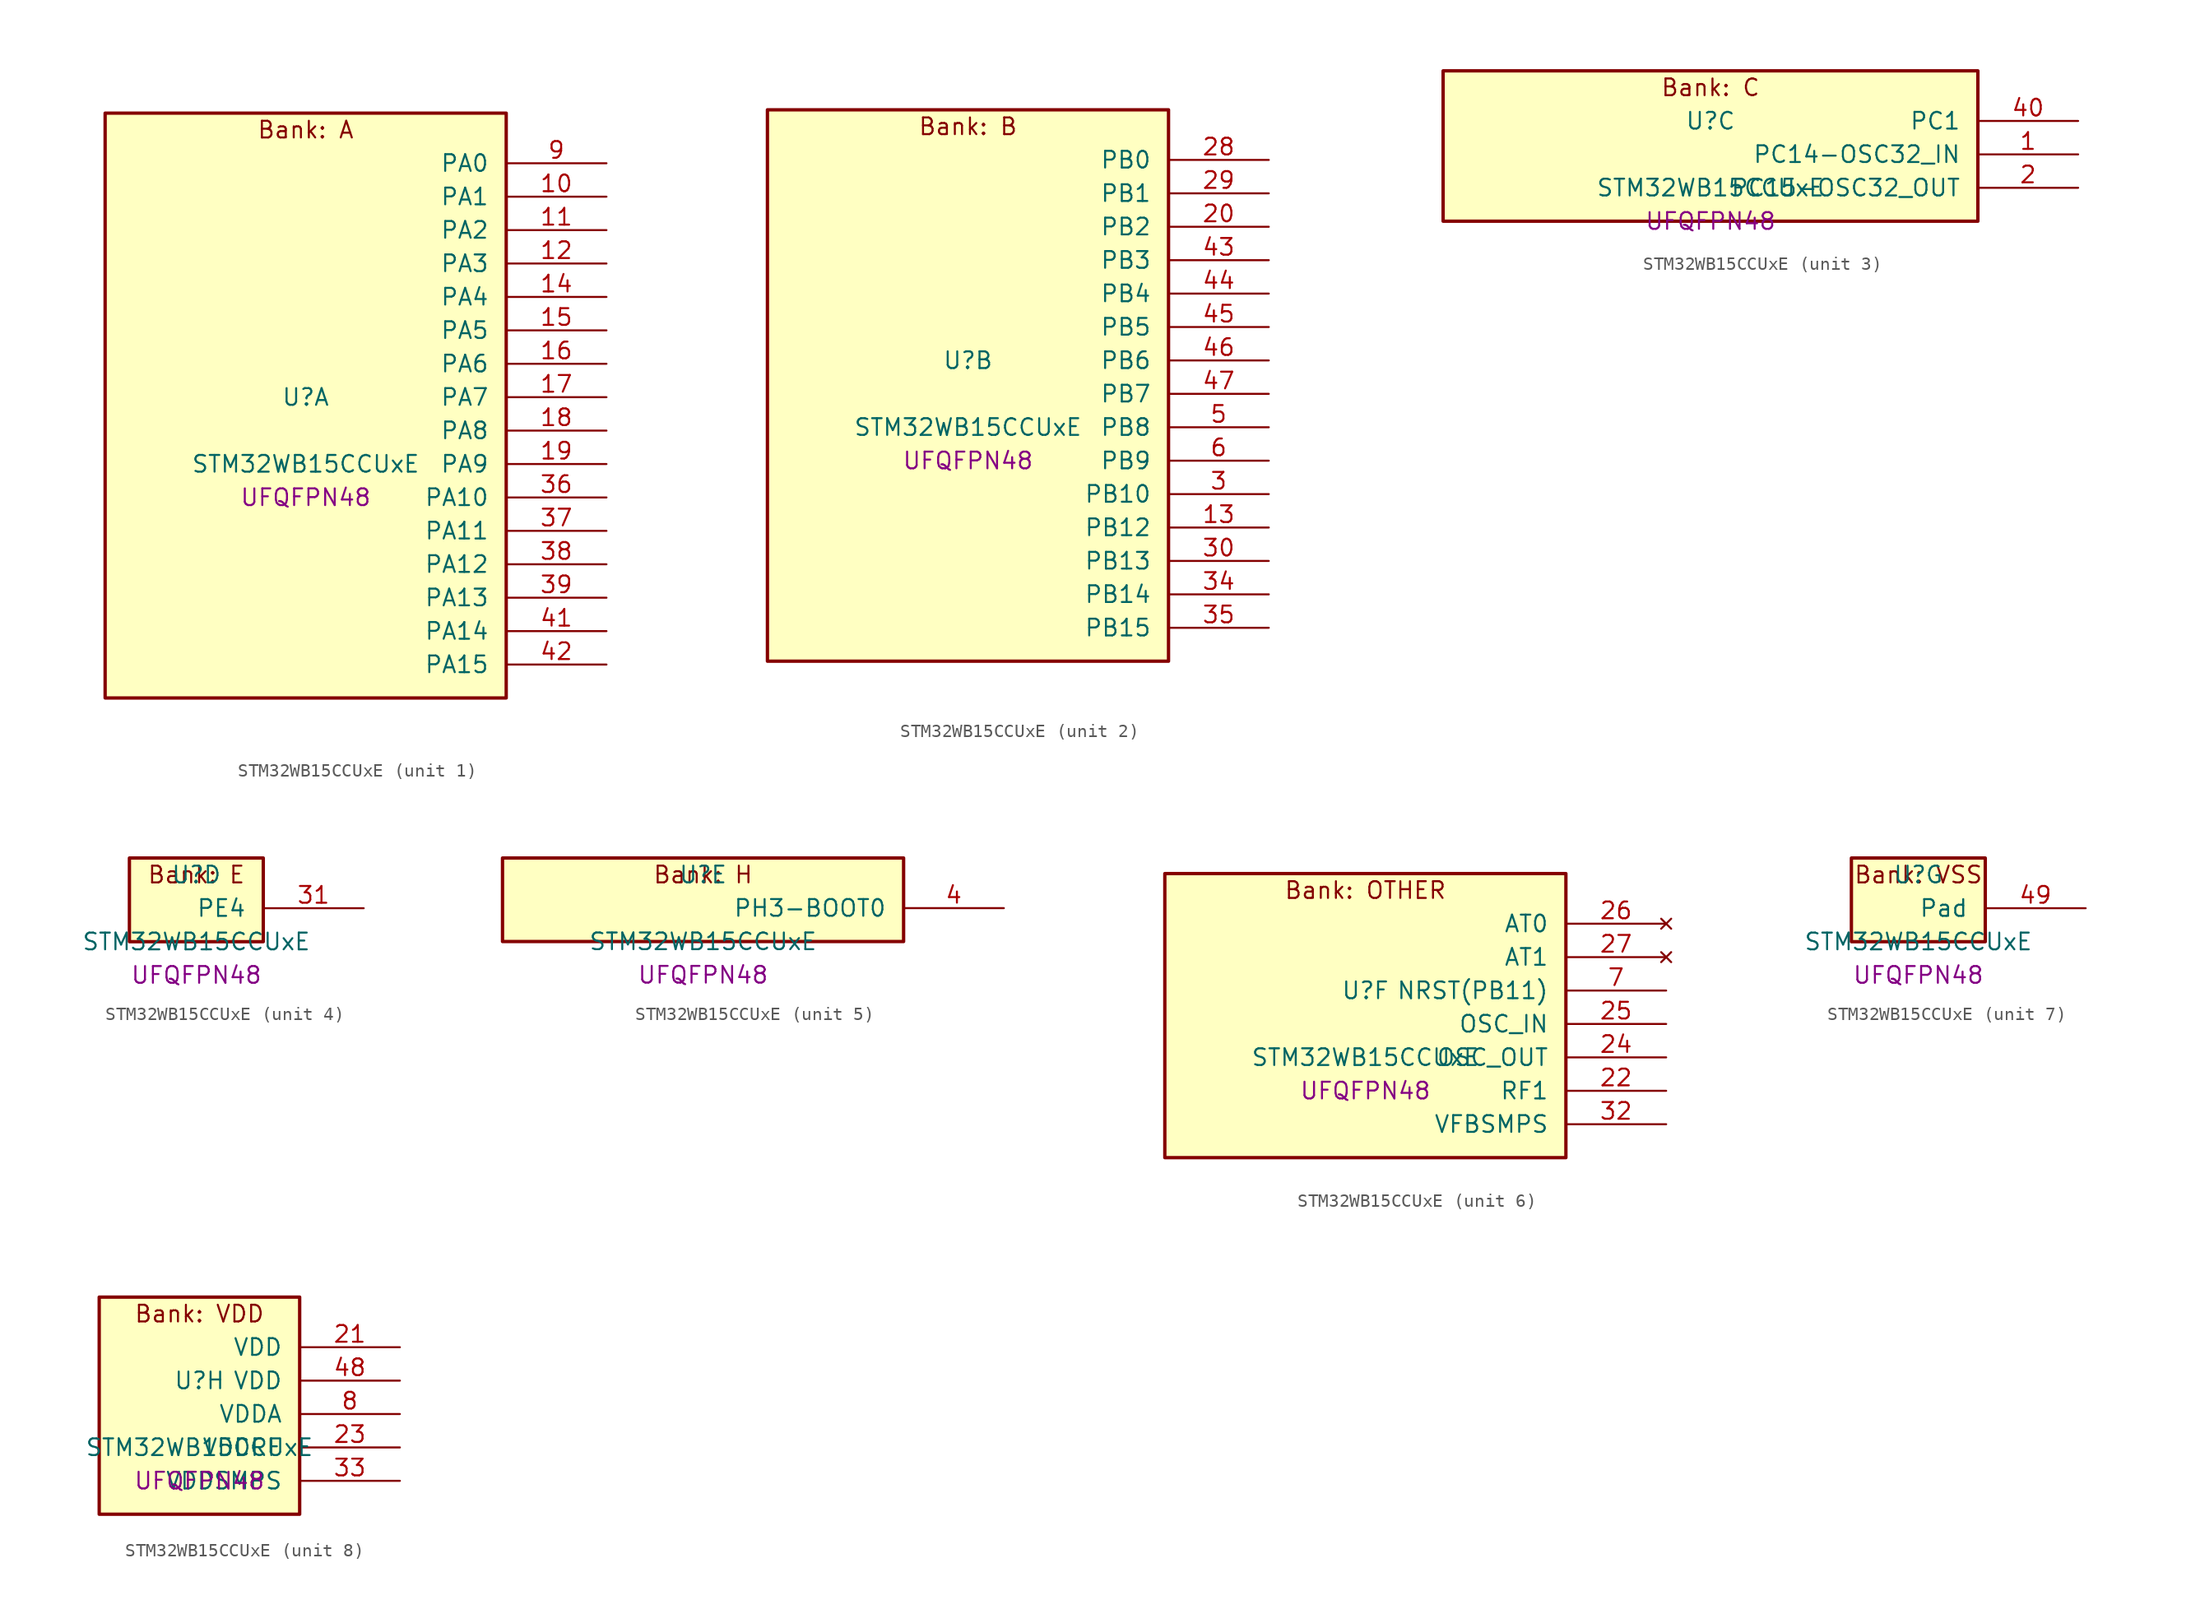
<source format=kicad_sym>
(kicad_symbol_lib
  (version 20241209)
  (generator "stm32_pkl_generator")
  (generator_version "1.0")
  (symbol "STM32WB15CCUxE"
    (pin_names
      (offset 1.27))
    (property "Reference" "U"
      (at 0 2.54 0))
    (property "Value" "STM32WB15CCUxE"
      (at 0 -2.54 0))
    (property "Footprint" "UFQFPN48"
      (at 0 -5.08 0))
    (symbol "STM32WB15CCUxE_1_1"
      (rectangle (start -15.24 24.13) (end 15.24 -20.32) (stroke (width 0.254) (type solid)) (fill (type background)))
      (text "Bank: A" (at 0 22.86 0))
      (pin bidirectional line (at 22.86 20.32 180) (length 7.62) (name "PA0") (number "9") (alternate "PA0/ADC1_IN5" bidirectional line) (alternate "PA0/COMP1_INM" bidirectional line) (alternate "PA0/COMP1_OUT" bidirectional line) (alternate "PA0/RTC_TAMP2" bidirectional line) (alternate "PA0/SYS_WKUP1" bidirectional line) (alternate "PA0/TIM2_CH1" bidirectional line) (alternate "PA0/TIM2_ETR" bidirectional line))
      (pin bidirectional line (at 22.86 17.78 180) (length 7.62) (name "PA1") (number "10") (alternate "PA1/ADC1_IN6" bidirectional line) (alternate "PA1/COMP1_INP" bidirectional line) (alternate "PA1/I2C1_SMBA" bidirectional line) (alternate "PA1/SPI1_SCK" bidirectional line) (alternate "PA1/TIM2_CH2" bidirectional line))
      (pin bidirectional line (at 22.86 15.24 180) (length 7.62) (name "PA2") (number "11") (alternate "PA2/ADC1_IN7" bidirectional line) (alternate "PA2/LPUART1_TX" bidirectional line) (alternate "PA2/RCC_LSCO" bidirectional line) (alternate "PA2/SYS_WKUP4" bidirectional line) (alternate "PA2/TIM2_CH3" bidirectional line))
      (pin bidirectional line (at 22.86 12.7 180) (length 7.62) (name "PA3") (number "12") (alternate "PA3/ADC1_IN8" bidirectional line) (alternate "PA3/LPUART1_RX" bidirectional line) (alternate "PA3/TIM2_CH4" bidirectional line))
      (pin bidirectional line (at 22.86 10.16 180) (length 7.62) (name "PA4") (number "14") (alternate "PA4/ADC1_IN9" bidirectional line) (alternate "PA4/COMP1_INM" bidirectional line) (alternate "PA4/LPTIM2_OUT" bidirectional line) (alternate "PA4/SPI1_NSS" bidirectional line))
      (pin bidirectional line (at 22.86 7.62 180) (length 7.62) (name "PA5") (number "15") (alternate "PA5/ADC1_IN10" bidirectional line) (alternate "PA5/COMP1_INM" bidirectional line) (alternate "PA5/LPTIM2_ETR" bidirectional line) (alternate "PA5/SPI1_MOSI" bidirectional line) (alternate "PA5/SPI1_SCK" bidirectional line) (alternate "PA5/TIM2_CH1" bidirectional line) (alternate "PA5/TIM2_ETR" bidirectional line))
      (pin bidirectional line (at 22.86 5.08 180) (length 7.62) (name "PA6") (number "16") (alternate "PA6/ADC1_IN11" bidirectional line) (alternate "PA6/LPUART1_CTS" bidirectional line) (alternate "PA6/SPI1_MISO" bidirectional line) (alternate "PA6/TIM1_BKIN" bidirectional line))
      (pin bidirectional line (at 22.86 2.54 180) (length 7.62) (name "PA7") (number "17") (alternate "PA7/ADC1_IN2" bidirectional line) (alternate "PA7/SPI1_MOSI" bidirectional line) (alternate "PA7/TIM1_CH1N" bidirectional line))
      (pin bidirectional line (at 22.86 0 180) (length 7.62) (name "PA8") (number "18") (alternate "PA8/ADC1_IN3" bidirectional line) (alternate "PA8/LPTIM2_OUT" bidirectional line) (alternate "PA8/RCC_MCO" bidirectional line) (alternate "PA8/TIM1_CH1" bidirectional line) (alternate "PA8/USART1_CK" bidirectional line))
      (pin bidirectional line (at 22.86 -2.54 180) (length 7.62) (name "PA9") (number "19") (alternate "PA9/ADC1_IN4" bidirectional line) (alternate "PA9/COMP1_INM" bidirectional line) (alternate "PA9/I2C1_SCL" bidirectional line) (alternate "PA9/TIM1_CH2" bidirectional line) (alternate "PA9/USART1_TX" bidirectional line))
      (pin bidirectional line (at 22.86 -5.08 180) (length 7.62) (name "PA10") (number "36") (alternate "PA10/I2C1_SDA" bidirectional line) (alternate "PA10/TIM1_CH3" bidirectional line) (alternate "PA10/TSC_G7_IO2" bidirectional line) (alternate "PA10/USART1_RX" bidirectional line))
      (pin bidirectional line (at 22.86 -7.62 180) (length 7.62) (name "PA11") (number "37") (alternate "PA11/ADC1_EXTI11" bidirectional line) (alternate "PA11/SPI1_MISO" bidirectional line) (alternate "PA11/TIM1_BKIN2" bidirectional line) (alternate "PA11/TIM1_CH4" bidirectional line) (alternate "PA11/USART1_CTS" bidirectional line) (alternate "PA11/USART1_NSS" bidirectional line))
      (pin bidirectional line (at 22.86 -10.16 180) (length 7.62) (name "PA12") (number "38") (alternate "PA12/LPUART1_RX" bidirectional line) (alternate "PA12/SPI1_MOSI" bidirectional line) (alternate "PA12/TIM1_ETR" bidirectional line) (alternate "PA12/USART1_DE" bidirectional line) (alternate "PA12/USART1_RTS" bidirectional line))
      (pin bidirectional line (at 22.86 -12.7 180) (length 7.62) (name "PA13") (number "39") (alternate "PA13/SPI1_MOSI" bidirectional line) (alternate "PA13/SYS_JTMS-SWDIO" bidirectional line) (alternate "PA13/TSC_G7_IO1" bidirectional line))
      (pin bidirectional line (at 22.86 -15.24 180) (length 7.62) (name "PA14") (number "41") (alternate "PA14/I2C1_SMBA" bidirectional line) (alternate "PA14/LPTIM1_OUT" bidirectional line) (alternate "PA14/SPI1_NSS" bidirectional line) (alternate "PA14/SYS_JTCK-SWCLK" bidirectional line))
      (pin bidirectional line (at 22.86 -17.78 180) (length 7.62) (name "PA15") (number "42") (alternate "PA15/RCC_MCO" bidirectional line) (alternate "PA15/SPI1_NSS" bidirectional line) (alternate "PA15/SYS_JTDI" bidirectional line) (alternate "PA15/TIM2_CH1" bidirectional line) (alternate "PA15/TIM2_ETR" bidirectional line) (alternate "PA15/TSC_G3_IO1" bidirectional line)))
    (symbol "STM32WB15CCUxE_2_1"
      (rectangle (start -15.24 21.59) (end 15.24 -20.32) (stroke (width 0.254) (type solid)) (fill (type background)))
      (text "Bank: B" (at 0 20.32 0))
      (pin bidirectional line (at 22.86 17.78 180) (length 7.62) (name "PB0") (number "28") (alternate "PB0/COMP1_OUT" bidirectional line) (alternate "PB0/RF_TX_MOD_EXT_PA" bidirectional line))
      (pin bidirectional line (at 22.86 15.24 180) (length 7.62) (name "PB1") (number "29") (alternate "PB1/LPTIM2_IN1" bidirectional line) (alternate "PB1/LPUART1_DE" bidirectional line) (alternate "PB1/LPUART1_RTS" bidirectional line))
      (pin bidirectional line (at 22.86 12.7 180) (length 7.62) (name "PB2") (number "20") (alternate "PB2/COMP1_INP" bidirectional line) (alternate "PB2/LPTIM1_OUT" bidirectional line) (alternate "PB2/RTC_OUT" bidirectional line) (alternate "PB2/SPI1_NSS" bidirectional line))
      (pin bidirectional line (at 22.86 10.16 180) (length 7.62) (name "PB3") (number "43") (alternate "PB3/SPI1_SCK" bidirectional line) (alternate "PB3/SYS_JTDO-SWO" bidirectional line) (alternate "PB3/TIM2_CH2" bidirectional line) (alternate "PB3/USART1_DE" bidirectional line) (alternate "PB3/USART1_RTS" bidirectional line))
      (pin bidirectional line (at 22.86 7.62 180) (length 7.62) (name "PB4") (number "44") (alternate "PB4/SPI1_MISO" bidirectional line) (alternate "PB4/SYS_JTRST" bidirectional line) (alternate "PB4/TSC_G2_IO1" bidirectional line) (alternate "PB4/USART1_CTS" bidirectional line) (alternate "PB4/USART1_NSS" bidirectional line))
      (pin bidirectional line (at 22.86 5.08 180) (length 7.62) (name "PB5") (number "45") (alternate "PB5/I2C1_SMBA" bidirectional line) (alternate "PB5/LPTIM1_IN1" bidirectional line) (alternate "PB5/LPUART1_TX" bidirectional line) (alternate "PB5/SPI1_MOSI" bidirectional line) (alternate "PB5/TSC_G2_IO2" bidirectional line) (alternate "PB5/USART1_CK" bidirectional line))
      (pin bidirectional line (at 22.86 2.54 180) (length 7.62) (name "PB6") (number "46") (alternate "PB6/I2C1_SCL" bidirectional line) (alternate "PB6/LPTIM1_ETR" bidirectional line) (alternate "PB6/RCC_MCO" bidirectional line) (alternate "PB6/SPI1_NSS" bidirectional line) (alternate "PB6/TSC_G2_IO3" bidirectional line) (alternate "PB6/USART1_TX" bidirectional line))
      (pin bidirectional line (at 22.86 0 180) (length 7.62) (name "PB7") (number "47") (alternate "PB7/I2C1_SDA" bidirectional line) (alternate "PB7/LPTIM1_IN2" bidirectional line) (alternate "PB7/SYS_PVD_IN" bidirectional line) (alternate "PB7/TIM1_BKIN" bidirectional line) (alternate "PB7/TIM1_CH3" bidirectional line) (alternate "PB7/TSC_G2_IO4" bidirectional line) (alternate "PB7/USART1_RX" bidirectional line))
      (pin bidirectional line (at 22.86 -2.54 180) (length 7.62) (name "PB8") (number "5") (alternate "PB8/I2C1_SCL" bidirectional line) (alternate "PB8/TIM1_CH2N" bidirectional line) (alternate "PB8/TSC_G7_IO3" bidirectional line))
      (pin bidirectional line (at 22.86 -5.08 180) (length 7.62) (name "PB9") (number "6") (alternate "PB9/I2C1_SDA" bidirectional line) (alternate "PB9/TIM1_CH3N" bidirectional line) (alternate "PB9/TSC_G7_IO4" bidirectional line))
      (pin bidirectional line (at 22.86 -7.62 180) (length 7.62) (name "PB10") (number "3") (alternate "PB10/TSC_G3_IO2" bidirectional line))
      (pin bidirectional line (at 22.86 -10.16 180) (length 7.62) (name "PB12") (number "13") (alternate "PB12/TIM2_CH2" bidirectional line) (alternate "PB12/TSC_G1_IO1" bidirectional line))
      (pin bidirectional line (at 22.86 -12.7 180) (length 7.62) (name "PB13") (number "30") (alternate "PB13/TIM2_CH3" bidirectional line) (alternate "PB13/TSC_G1_IO2" bidirectional line))
      (pin bidirectional line (at 22.86 -15.24 180) (length 7.62) (name "PB14") (number "34") (alternate "PB14/TIM1_CH1" bidirectional line))
      (pin bidirectional line (at 22.86 -17.78 180) (length 7.62) (name "PB15") (number "35") (alternate "PB15/TIM2_CH1" bidirectional line)))
    (symbol "STM32WB15CCUxE_3_1"
      (rectangle (start -20.32 6.35) (end 20.32 -5.08) (stroke (width 0.254) (type solid)) (fill (type background)))
      (text "Bank: C" (at 0 5.08 0))
      (pin bidirectional line (at 27.94 2.54 180) (length 7.62) (name "PC1") (number "40") (alternate "PC1/TSC_G3_IO3" bidirectional line))
      (pin bidirectional line (at 27.94 0 180) (length 7.62) (name "PC14-OSC32_IN") (number "1") (alternate "PC14-OSC32_IN/RCC_OSC32_IN" bidirectional line))
      (pin bidirectional line (at 27.94 -2.54 180) (length 7.62) (name "PC15-OSC32_OUT") (number "2") (alternate "PC15-OSC32_OUT/RCC_OSC32_OUT" bidirectional line)))
    (symbol "STM32WB15CCUxE_4_1"
      (rectangle (start -5.08 3.81) (end 5.08 -2.54) (stroke (width 0.254) (type solid)) (fill (type background)))
      (text "Bank: E" (at 0 2.54 0))
      (pin bidirectional line (at 12.7 0 180) (length 7.62) (name "PE4") (number "31")))
    (symbol "STM32WB15CCUxE_5_1"
      (rectangle (start -15.24 3.81) (end 15.24 -2.54) (stroke (width 0.254) (type solid)) (fill (type background)))
      (text "Bank: H" (at 0 2.54 0))
      (pin bidirectional line (at 22.86 0 180) (length 7.62) (name "PH3-BOOT0") (number "4") (alternate "PH3-BOOT0/RCC_LSCO" bidirectional line)))
    (symbol "STM32WB15CCUxE_6_1"
      (rectangle (start -15.24 11.43) (end 15.24 -10.16) (stroke (width 0.254) (type solid)) (fill (type background)))
      (text "Bank: OTHER" (at 0 10.16 0))
      (pin no_connect line (at 22.86 7.62 180) (length 7.62) (name "AT0") (number "26"))
      (pin no_connect line (at 22.86 5.08 180) (length 7.62) (name "AT1") (number "27"))
      (pin input line (at 22.86 2.54 180) (length 7.62) (name "NRST(PB11)") (number "7"))
      (pin bidirectional line (at 22.86 0 180) (length 7.62) (name "OSC_IN") (number "25") (alternate "OSC_IN/RCC_OSC_IN" bidirectional line))
      (pin bidirectional line (at 22.86 -2.54 180) (length 7.62) (name "OSC_OUT") (number "24") (alternate "OSC_OUT/RCC_OSC_OUT" bidirectional line))
      (pin bidirectional line (at 22.86 -5.08 180) (length 7.62) (name "RF1") (number "22") (alternate "RF1/RF_RF1" bidirectional line))
      (pin power_in line (at 22.86 -7.62 180) (length 7.62) (name "VFBSMPS") (number "32")))
    (symbol "STM32WB15CCUxE_7_1"
      (rectangle (start -5.08 3.81) (end 5.08 -2.54) (stroke (width 0.254) (type solid)) (fill (type background)))
      (text "Bank: VSS" (at 0 2.54 0))
      (pin passive line (at 12.7 0 180) (length 7.62) (name "Pad") (number "49")))
    (symbol "STM32WB15CCUxE_8_1"
      (rectangle (start -7.62 8.89) (end 7.62 -7.62) (stroke (width 0.254) (type solid)) (fill (type background)))
      (text "Bank: VDD" (at 0 7.62 0))
      (pin power_in line (at 15.24 5.08 180) (length 7.62) (name "VDD") (number "21"))
      (pin power_in line (at 15.24 2.54 180) (length 7.62) (name "VDD") (number "48"))
      (pin power_in line (at 15.24 0 180) (length 7.62) (name "VDDA") (number "8"))
      (pin power_in line (at 15.24 -2.54 180) (length 7.62) (name "VDDRF") (number "23"))
      (pin power_in line (at 15.24 -5.08 180) (length 7.62) (name "VDDSMPS") (number "33")))))
</source>
